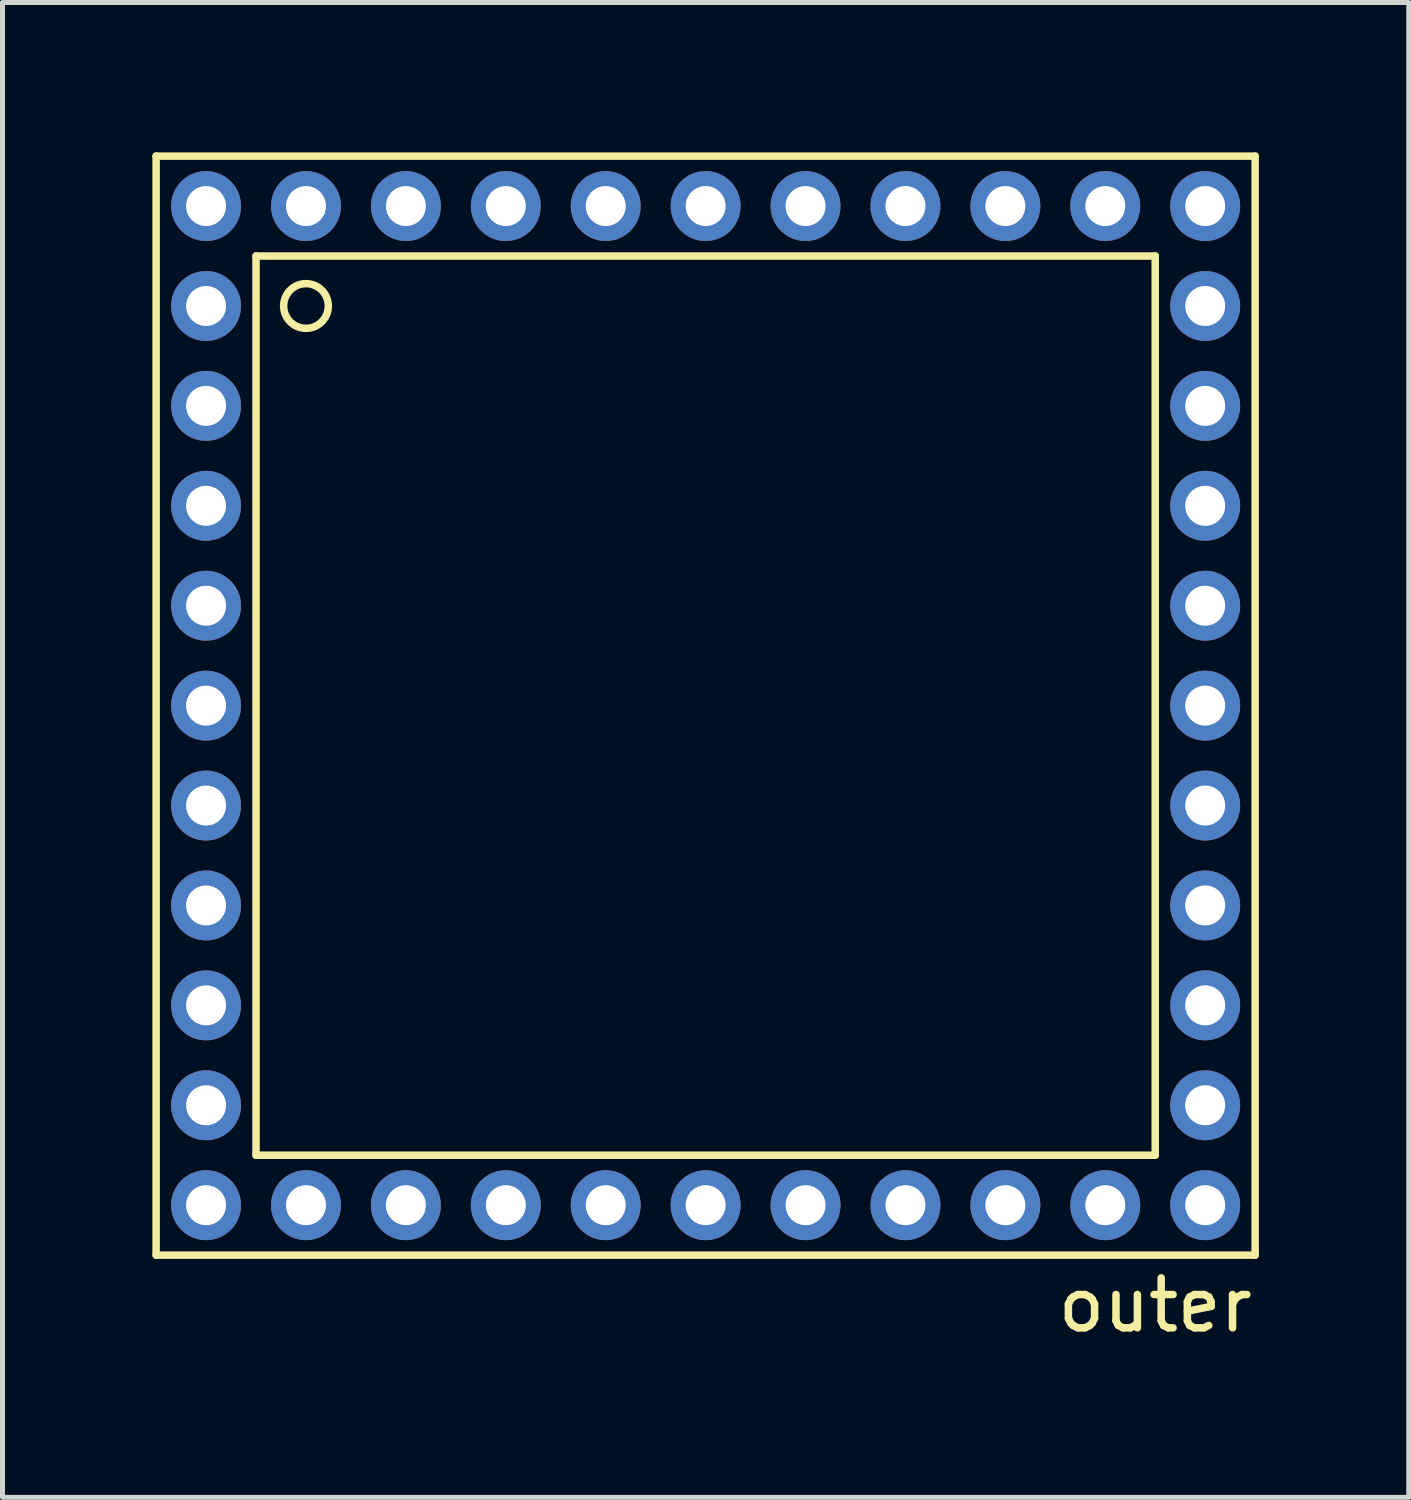
<source format=kicad_pcb>
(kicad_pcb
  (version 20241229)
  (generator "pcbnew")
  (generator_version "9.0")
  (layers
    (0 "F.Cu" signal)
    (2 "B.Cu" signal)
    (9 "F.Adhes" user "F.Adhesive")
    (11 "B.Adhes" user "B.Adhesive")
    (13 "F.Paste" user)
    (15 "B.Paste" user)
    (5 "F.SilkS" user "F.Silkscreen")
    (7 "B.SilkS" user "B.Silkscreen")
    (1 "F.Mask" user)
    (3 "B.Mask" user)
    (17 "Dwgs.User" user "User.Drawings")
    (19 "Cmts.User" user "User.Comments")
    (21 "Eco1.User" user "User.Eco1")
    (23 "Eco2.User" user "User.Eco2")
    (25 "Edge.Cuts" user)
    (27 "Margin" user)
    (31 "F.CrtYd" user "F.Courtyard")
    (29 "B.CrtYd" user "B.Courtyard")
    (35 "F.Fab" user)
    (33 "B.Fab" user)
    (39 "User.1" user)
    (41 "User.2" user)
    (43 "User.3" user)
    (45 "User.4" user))
  (footprint "outer"
    (layer "F.Cu")
    (at 12.075 12.075)
    (property "Reference" "outer" (at 8 11 0) (layer "F.SilkS") (effects (font (size 1 1) (thickness 0.15))))
    (attr through_hole)
    (fp_line (start -12 -12) (end 10 -12) (stroke (width 0.15) (type solid)) (layer "F.SilkS"))
    (fp_line (start -12 10) (end -12 -12) (stroke (width 0.15) (type solid)) (layer "F.SilkS"))
    (fp_line (start -10 -10) (end 8 -10) (stroke (width 0.15) (type solid)) (layer "F.SilkS"))
    (fp_line (start -10 8) (end -10 -10) (stroke (width 0.15) (type solid)) (layer "F.SilkS"))
    (fp_line (start 8 -10) (end 8 8) (stroke (width 0.15) (type solid)) (layer "F.SilkS"))
    (fp_line (start 8 8) (end -10 8) (stroke (width 0.15) (type solid)) (layer "F.SilkS"))
    (fp_line (start 10 -12) (end 10 10) (stroke (width 0.15) (type solid)) (layer "F.SilkS"))
    (fp_line (start 10 10) (end -12 10) (stroke (width 0.15) (type solid)) (layer "F.SilkS"))
    (fp_circle (center -9 -9) (end -8.8 -9.4) (stroke (width 0.15) (type solid)) (fill no) (layer "F.SilkS"))
    (pad "1" thru_hole oval (at -11 -11) (size 1.4 1.4) (drill 0.8) (layers "*.Cu" "*.Mask"))
    (pad "2" thru_hole oval (at -11 -9) (size 1.4 1.4) (drill 0.8) (layers "*.Cu" "*.Mask"))
    (pad "3" thru_hole oval (at -11 -7) (size 1.4 1.4) (drill 0.8) (layers "*.Cu" "*.Mask"))
    (pad "4" thru_hole oval (at -11 -5) (size 1.4 1.4) (drill 0.8) (layers "*.Cu" "*.Mask"))
    (pad "5" thru_hole oval (at -11 -3) (size 1.4 1.4) (drill 0.8) (layers "*.Cu" "*.Mask"))
    (pad "6" thru_hole oval (at -11 -1) (size 1.4 1.4) (drill 0.8) (layers "*.Cu" "*.Mask"))
    (pad "7" thru_hole oval (at -11 1) (size 1.4 1.4) (drill 0.8) (layers "*.Cu" "*.Mask"))
    (pad "8" thru_hole oval (at -11 3) (size 1.4 1.4) (drill 0.8) (layers "*.Cu" "*.Mask"))
    (pad "9" thru_hole oval (at -11 5) (size 1.4 1.4) (drill 0.8) (layers "*.Cu" "*.Mask"))
    (pad "10" thru_hole oval (at -11 7) (size 1.4 1.4) (drill 0.8) (layers "*.Cu" "*.Mask"))
    (pad "11" thru_hole oval (at -11 9) (size 1.4 1.4) (drill 0.8) (layers "*.Cu" "*.Mask"))
    (pad "12" thru_hole oval (at -9 9) (size 1.4 1.4) (drill 0.8) (layers "*.Cu" "*.Mask"))
    (pad "13" thru_hole oval (at -7 9) (size 1.4 1.4) (drill 0.8) (layers "*.Cu" "*.Mask"))
    (pad "14" thru_hole oval (at -5 9) (size 1.4 1.4) (drill 0.8) (layers "*.Cu" "*.Mask"))
    (pad "15" thru_hole oval (at -3 9) (size 1.4 1.4) (drill 0.8) (layers "*.Cu" "*.Mask"))
    (pad "16" thru_hole oval (at -1 9) (size 1.4 1.4) (drill 0.8) (layers "*.Cu" "*.Mask"))
    (pad "17" thru_hole oval (at 1 9) (size 1.4 1.4) (drill 0.8) (layers "*.Cu" "*.Mask"))
    (pad "18" thru_hole oval (at 3 9) (size 1.4 1.4) (drill 0.8) (layers "*.Cu" "*.Mask"))
    (pad "19" thru_hole oval (at 5 9) (size 1.4 1.4) (drill 0.8) (layers "*.Cu" "*.Mask"))
    (pad "20" thru_hole oval (at 7 9) (size 1.4 1.4) (drill 0.8) (layers "*.Cu" "*.Mask"))
    (pad "21" thru_hole oval (at 9 9) (size 1.4 1.4) (drill 0.8) (layers "*.Cu" "*.Mask"))
    (pad "22" thru_hole oval (at 9 7) (size 1.4 1.4) (drill 0.8) (layers "*.Cu" "*.Mask"))
    (pad "23" thru_hole oval (at 9 5) (size 1.4 1.4) (drill 0.8) (layers "*.Cu" "*.Mask"))
    (pad "24" thru_hole oval (at 9 3) (size 1.4 1.4) (drill 0.8) (layers "*.Cu" "*.Mask"))
    (pad "25" thru_hole oval (at 9 1) (size 1.4 1.4) (drill 0.8) (layers "*.Cu" "*.Mask"))
    (pad "26" thru_hole oval (at 9 -1) (size 1.4 1.4) (drill 0.8) (layers "*.Cu" "*.Mask"))
    (pad "27" thru_hole oval (at 9 -3) (size 1.4 1.4) (drill 0.8) (layers "*.Cu" "*.Mask"))
    (pad "28" thru_hole oval (at 9 -5) (size 1.4 1.4) (drill 0.8) (layers "*.Cu" "*.Mask"))
    (pad "29" thru_hole oval (at 9 -7) (size 1.4 1.4) (drill 0.8) (layers "*.Cu" "*.Mask"))
    (pad "30" thru_hole oval (at 9 -9) (size 1.4 1.4) (drill 0.8) (layers "*.Cu" "*.Mask"))
    (pad "31" thru_hole oval (at 9 -11) (size 1.4 1.4) (drill 0.8) (layers "*.Cu" "*.Mask"))
    (pad "32" thru_hole oval (at 7 -11) (size 1.4 1.4) (drill 0.8) (layers "*.Cu" "*.Mask"))
    (pad "33" thru_hole oval (at 5 -11) (size 1.4 1.4) (drill 0.8) (layers "*.Cu" "*.Mask"))
    (pad "34" thru_hole oval (at 3 -11) (size 1.4 1.4) (drill 0.8) (layers "*.Cu" "*.Mask"))
    (pad "35" thru_hole oval (at 1 -11) (size 1.4 1.4) (drill 0.8) (layers "*.Cu" "*.Mask"))
    (pad "36" thru_hole oval (at -1 -11) (size 1.4 1.4) (drill 0.8) (layers "*.Cu" "*.Mask"))
    (pad "37" thru_hole oval (at -3 -11) (size 1.4 1.4) (drill 0.8) (layers "*.Cu" "*.Mask"))
    (pad "38" thru_hole oval (at -5 -11) (size 1.4 1.4) (drill 0.8) (layers "*.Cu" "*.Mask"))
    (pad "39" thru_hole oval (at -7 -11) (size 1.4 1.4) (drill 0.8) (layers "*.Cu" "*.Mask"))
    (pad "40" thru_hole oval (at -9 -11) (size 1.4 1.4) (drill 0.8) (layers "*.Cu" "*.Mask")))
  (gr_rect
    (start -3 -3)
    (end 25.15 26.923)
    (stroke (width 0.1) (type default))
    (fill no)
    (layer "Edge.Cuts")))
</source>
